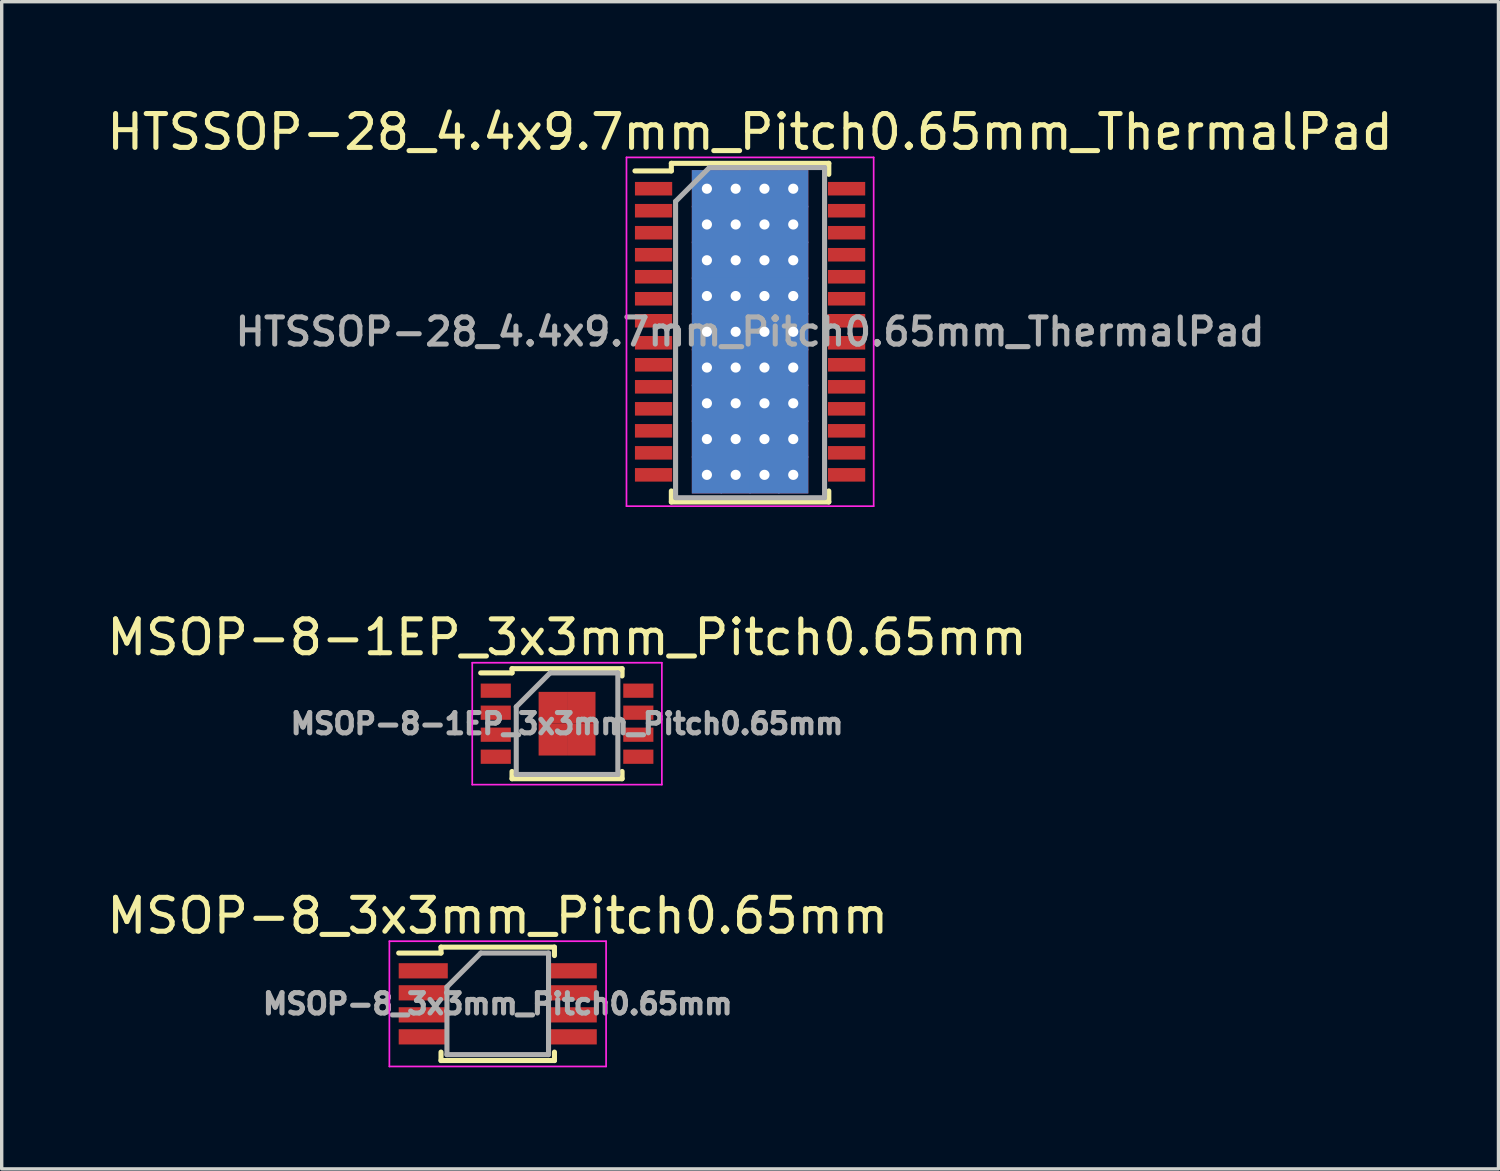
<source format=kicad_pcb>
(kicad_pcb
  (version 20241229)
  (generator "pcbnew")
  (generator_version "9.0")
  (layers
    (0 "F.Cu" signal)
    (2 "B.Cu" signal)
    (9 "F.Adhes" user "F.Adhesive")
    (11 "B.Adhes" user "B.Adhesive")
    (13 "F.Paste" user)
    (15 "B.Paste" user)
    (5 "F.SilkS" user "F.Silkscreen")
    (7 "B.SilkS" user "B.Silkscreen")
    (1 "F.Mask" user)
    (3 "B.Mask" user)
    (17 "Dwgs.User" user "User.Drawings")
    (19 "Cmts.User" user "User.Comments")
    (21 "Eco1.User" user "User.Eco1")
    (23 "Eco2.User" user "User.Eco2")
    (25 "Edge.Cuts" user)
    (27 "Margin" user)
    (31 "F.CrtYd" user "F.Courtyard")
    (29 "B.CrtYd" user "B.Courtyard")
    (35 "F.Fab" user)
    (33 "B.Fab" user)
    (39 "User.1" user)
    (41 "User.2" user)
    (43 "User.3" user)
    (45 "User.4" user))
  (footprint "MSOP-8-1EP_3x3mm_Pitch0.65mm"
    (layer "F.Cu")
    (at 13.696 18.322)
    (property "Reference" "MSOP-8-1EP_3x3mm_Pitch0.65mm" (at 0 -2.55 0) (layer "F.SilkS") (effects (font (size 1 1) (thickness 0.15))))
    (attr smd)
    (fp_line (start -1.625 -1.625) (end -1.625 -1.5) (stroke (width 0.15) (type solid)) (layer "F.SilkS"))
    (fp_line (start -1.625 -1.625) (end 1.625 -1.625) (stroke (width 0.15) (type solid)) (layer "F.SilkS"))
    (fp_line (start -1.625 -1.5) (end -2.55 -1.5) (stroke (width 0.15) (type solid)) (layer "F.SilkS"))
    (fp_line (start -1.625 1.625) (end -1.625 1.41) (stroke (width 0.15) (type solid)) (layer "F.SilkS"))
    (fp_line (start -1.625 1.625) (end 1.625 1.625) (stroke (width 0.15) (type solid)) (layer "F.SilkS"))
    (fp_line (start 1.625 -1.625) (end 1.625 -1.41) (stroke (width 0.15) (type solid)) (layer "F.SilkS"))
    (fp_line (start 1.625 1.625) (end 1.625 1.41) (stroke (width 0.15) (type solid)) (layer "F.SilkS"))
    (fp_line (start -2.8 -1.8) (end -2.8 1.8) (stroke (width 0.05) (type solid)) (layer "F.CrtYd"))
    (fp_line (start -2.8 -1.8) (end 2.8 -1.8) (stroke (width 0.05) (type solid)) (layer "F.CrtYd"))
    (fp_line (start -2.8 1.8) (end 2.8 1.8) (stroke (width 0.05) (type solid)) (layer "F.CrtYd"))
    (fp_line (start 2.8 -1.8) (end 2.8 1.8) (stroke (width 0.05) (type solid)) (layer "F.CrtYd"))
    (fp_line (start -1.5 -0.5) (end -0.5 -1.5) (stroke (width 0.15) (type solid)) (layer "F.Fab"))
    (fp_line (start -1.5 1.5) (end -1.5 -0.5) (stroke (width 0.15) (type solid)) (layer "F.Fab"))
    (fp_line (start -0.5 -1.5) (end 1.5 -1.5) (stroke (width 0.15) (type solid)) (layer "F.Fab"))
    (fp_line (start 1.5 -1.5) (end 1.5 1.5) (stroke (width 0.15) (type solid)) (layer "F.Fab"))
    (fp_line (start 1.5 1.5) (end -1.5 1.5) (stroke (width 0.15) (type solid)) (layer "F.Fab"))
    (fp_text user "${REFERENCE}" (at 0 0 0) (layer "F.Fab") (effects (font (size 0.6 0.6) (thickness 0.15))))
    (pad "1" smd rect (at -2.105 -0.975) (size 0.89 0.42) (layers "F.Cu" "F.Mask" "F.Paste"))
    (pad "2" smd rect (at -2.105 -0.325) (size 0.89 0.42) (layers "F.Cu" "F.Mask" "F.Paste"))
    (pad "3" smd rect (at -2.105 0.325) (size 0.89 0.42) (layers "F.Cu" "F.Mask" "F.Paste"))
    (pad "4" smd rect (at -2.105 0.975) (size 0.89 0.42) (layers "F.Cu" "F.Mask" "F.Paste"))
    (pad "5" smd rect (at 2.105 0.975) (size 0.89 0.42) (layers "F.Cu" "F.Mask" "F.Paste"))
    (pad "6" smd rect (at 2.105 0.325) (size 0.89 0.42) (layers "F.Cu" "F.Mask" "F.Paste"))
    (pad "7" smd rect (at 2.105 -0.325) (size 0.89 0.42) (layers "F.Cu" "F.Mask" "F.Paste"))
    (pad "8" smd rect (at 2.105 -0.975) (size 0.89 0.42) (layers "F.Cu" "F.Mask" "F.Paste"))
    (pad "9" smd rect (at -0.42 -0.47) (size 0.84 0.94) (layers "F.Cu" "F.Mask" "F.Paste"))
    (pad "9" smd rect (at -0.42 0.47) (size 0.84 0.94) (layers "F.Cu" "F.Mask" "F.Paste"))
    (pad "9" smd rect (at 0.42 -0.47) (size 0.84 0.94) (layers "F.Cu" "F.Mask" "F.Paste"))
    (pad "9" smd rect (at 0.42 0.47) (size 0.84 0.94) (layers "F.Cu" "F.Mask" "F.Paste")))
  (footprint "MSOP-8_3x3mm_Pitch0.65mm"
    (layer "F.Cu")
    (at 11.649 26.595)
    (property "Reference" "MSOP-8_3x3mm_Pitch0.65mm" (at 0 -2.6 0) (layer "F.SilkS") (effects (font (size 1 1) (thickness 0.15))))
    (attr smd)
    (fp_line (start -1.675 -1.675) (end -1.675 -1.5) (stroke (width 0.15) (type solid)) (layer "F.SilkS"))
    (fp_line (start -1.675 -1.675) (end 1.675 -1.675) (stroke (width 0.15) (type solid)) (layer "F.SilkS"))
    (fp_line (start -1.675 -1.5) (end -2.925 -1.5) (stroke (width 0.15) (type solid)) (layer "F.SilkS"))
    (fp_line (start -1.675 1.675) (end -1.675 1.425) (stroke (width 0.15) (type solid)) (layer "F.SilkS"))
    (fp_line (start -1.675 1.675) (end 1.675 1.675) (stroke (width 0.15) (type solid)) (layer "F.SilkS"))
    (fp_line (start 1.675 -1.675) (end 1.675 -1.425) (stroke (width 0.15) (type solid)) (layer "F.SilkS"))
    (fp_line (start 1.675 1.675) (end 1.675 1.425) (stroke (width 0.15) (type solid)) (layer "F.SilkS"))
    (fp_line (start -3.2 -1.85) (end -3.2 1.85) (stroke (width 0.05) (type solid)) (layer "F.CrtYd"))
    (fp_line (start -3.2 -1.85) (end 3.2 -1.85) (stroke (width 0.05) (type solid)) (layer "F.CrtYd"))
    (fp_line (start -3.2 1.85) (end 3.2 1.85) (stroke (width 0.05) (type solid)) (layer "F.CrtYd"))
    (fp_line (start 3.2 -1.85) (end 3.2 1.85) (stroke (width 0.05) (type solid)) (layer "F.CrtYd"))
    (fp_line (start -1.5 -0.5) (end -0.5 -1.5) (stroke (width 0.15) (type solid)) (layer "F.Fab"))
    (fp_line (start -1.5 1.5) (end -1.5 -0.5) (stroke (width 0.15) (type solid)) (layer "F.Fab"))
    (fp_line (start -0.5 -1.5) (end 1.5 -1.5) (stroke (width 0.15) (type solid)) (layer "F.Fab"))
    (fp_line (start 1.5 -1.5) (end 1.5 1.5) (stroke (width 0.15) (type solid)) (layer "F.Fab"))
    (fp_line (start 1.5 1.5) (end -1.5 1.5) (stroke (width 0.15) (type solid)) (layer "F.Fab"))
    (fp_text user "${REFERENCE}" (at 0 0 0) (layer "F.Fab") (effects (font (size 0.6 0.6) (thickness 0.15))))
    (pad "1" smd rect (at -2.2 -0.975) (size 1.45 0.45) (layers "F.Cu" "F.Mask" "F.Paste"))
    (pad "2" smd rect (at -2.2 -0.325) (size 1.45 0.45) (layers "F.Cu" "F.Mask" "F.Paste"))
    (pad "3" smd rect (at -2.2 0.325) (size 1.45 0.45) (layers "F.Cu" "F.Mask" "F.Paste"))
    (pad "4" smd rect (at -2.2 0.975) (size 1.45 0.45) (layers "F.Cu" "F.Mask" "F.Paste"))
    (pad "5" smd rect (at 2.2 0.975) (size 1.45 0.45) (layers "F.Cu" "F.Mask" "F.Paste"))
    (pad "6" smd rect (at 2.2 0.325) (size 1.45 0.45) (layers "F.Cu" "F.Mask" "F.Paste"))
    (pad "7" smd rect (at 2.2 -0.325) (size 1.45 0.45) (layers "F.Cu" "F.Mask" "F.Paste"))
    (pad "8" smd rect (at 2.2 -0.975) (size 1.45 0.45) (layers "F.Cu" "F.Mask" "F.Paste")))
  (footprint "HTSSOP-28_4.4x9.7mm_Pitch0.65mm_ThermalPad"
    (layer "F.Cu")
    (at 19.101 6.748)
    (property "Reference" "HTSSOP-28_4.4x9.7mm_Pitch0.65mm_ThermalPad" (at 0 -5.9 0) (layer "F.SilkS") (effects (font (size 1 1) (thickness 0.15))))
    (attr smd)
    (fp_line (start -2.325 -4.975) (end -2.325 -4.75) (stroke (width 0.15) (type solid)) (layer "F.SilkS"))
    (fp_line (start -2.325 -4.975) (end 2.325 -4.975) (stroke (width 0.15) (type solid)) (layer "F.SilkS"))
    (fp_line (start -2.325 -4.75) (end -3.4 -4.75) (stroke (width 0.15) (type solid)) (layer "F.SilkS"))
    (fp_line (start -2.325 5.026) (end -2.325 4.701) (stroke (width 0.15) (type solid)) (layer "F.SilkS"))
    (fp_line (start -2.325 5.026) (end 2.325 5.026) (stroke (width 0.15) (type solid)) (layer "F.SilkS"))
    (fp_line (start 2.325 -4.975) (end 2.325 -4.65) (stroke (width 0.15) (type solid)) (layer "F.SilkS"))
    (fp_line (start 2.325 5.026) (end 2.325 4.701) (stroke (width 0.15) (type solid)) (layer "F.SilkS"))
    (fp_line (start -3.65 -5.15) (end -3.65 5.15) (stroke (width 0.05) (type solid)) (layer "F.CrtYd"))
    (fp_line (start -3.65 -5.15) (end 3.65 -5.15) (stroke (width 0.05) (type solid)) (layer "F.CrtYd"))
    (fp_line (start -3.65 5.15) (end 3.65 5.15) (stroke (width 0.05) (type solid)) (layer "F.CrtYd"))
    (fp_line (start 3.65 -5.15) (end 3.65 5.15) (stroke (width 0.05) (type solid)) (layer "F.CrtYd"))
    (fp_line (start -2.2 -3.85) (end -1.2 -4.85) (stroke (width 0.15) (type solid)) (layer "F.Fab"))
    (fp_line (start -2.2 4.85) (end -2.2 -3.85) (stroke (width 0.15) (type solid)) (layer "F.Fab"))
    (fp_line (start -1.2 -4.85) (end 2.2 -4.85) (stroke (width 0.15) (type solid)) (layer "F.Fab"))
    (fp_line (start 2.2 -4.85) (end 2.2 4.85) (stroke (width 0.15) (type solid)) (layer "F.Fab"))
    (fp_line (start 2.2 4.901) (end -2.2 4.901) (stroke (width 0.15) (type solid)) (layer "F.Fab"))
    (fp_text user "${REFERENCE}" (at 0 0 0) (layer "F.Fab") (effects (font (size 0.8 0.8) (thickness 0.15))))
    (pad "1" smd rect (at -2.85 -4.225) (size 1.1 0.4) (layers "F.Cu" "F.Mask" "F.Paste"))
    (pad "2" smd rect (at -2.85 -3.575) (size 1.1 0.4) (layers "F.Cu" "F.Mask" "F.Paste"))
    (pad "3" smd rect (at -2.85 -2.925) (size 1.1 0.4) (layers "F.Cu" "F.Mask" "F.Paste"))
    (pad "4" smd rect (at -2.85 -2.275) (size 1.1 0.4) (layers "F.Cu" "F.Mask" "F.Paste"))
    (pad "5" smd rect (at -2.85 -1.625) (size 1.1 0.4) (layers "F.Cu" "F.Mask" "F.Paste"))
    (pad "6" smd rect (at -2.85 -0.975) (size 1.1 0.4) (layers "F.Cu" "F.Mask" "F.Paste"))
    (pad "7" smd rect (at -2.85 -0.325) (size 1.1 0.4) (layers "F.Cu" "F.Mask" "F.Paste"))
    (pad "8" smd rect (at -2.85 0.325) (size 1.1 0.4) (layers "F.Cu" "F.Mask" "F.Paste"))
    (pad "9" smd rect (at -2.85 0.975) (size 1.1 0.4) (layers "F.Cu" "F.Mask" "F.Paste"))
    (pad "10" smd rect (at -2.85 1.625) (size 1.1 0.4) (layers "F.Cu" "F.Mask" "F.Paste"))
    (pad "11" smd rect (at -2.85 2.275) (size 1.1 0.4) (layers "F.Cu" "F.Mask" "F.Paste"))
    (pad "12" smd rect (at -2.85 2.925) (size 1.1 0.4) (layers "F.Cu" "F.Mask" "F.Paste"))
    (pad "13" smd rect (at -2.85 3.575) (size 1.1 0.4) (layers "F.Cu" "F.Mask" "F.Paste"))
    (pad "14" smd rect (at -2.85 4.225) (size 1.1 0.4) (layers "F.Cu" "F.Mask" "F.Paste"))
    (pad "15" smd rect (at 2.85 4.225) (size 1.1 0.4) (layers "F.Cu" "F.Mask" "F.Paste"))
    (pad "16" smd rect (at 2.85 3.575) (size 1.1 0.4) (layers "F.Cu" "F.Mask" "F.Paste"))
    (pad "17" smd rect (at 2.85 2.925) (size 1.1 0.4) (layers "F.Cu" "F.Mask" "F.Paste"))
    (pad "18" smd rect (at 2.85 2.275) (size 1.1 0.4) (layers "F.Cu" "F.Mask" "F.Paste"))
    (pad "19" smd rect (at 2.85 1.625) (size 1.1 0.4) (layers "F.Cu" "F.Mask" "F.Paste"))
    (pad "20" smd rect (at 2.85 0.975) (size 1.1 0.4) (layers "F.Cu" "F.Mask" "F.Paste"))
    (pad "21" smd rect (at 2.85 0.325) (size 1.1 0.4) (layers "F.Cu" "F.Mask" "F.Paste"))
    (pad "22" smd rect (at 2.85 -0.325) (size 1.1 0.4) (layers "F.Cu" "F.Mask" "F.Paste"))
    (pad "23" smd rect (at 2.85 -0.975) (size 1.1 0.4) (layers "F.Cu" "F.Mask" "F.Paste"))
    (pad "24" smd rect (at 2.85 -1.625) (size 1.1 0.4) (layers "F.Cu" "F.Mask" "F.Paste"))
    (pad "25" smd rect (at 2.85 -2.275) (size 1.1 0.4) (layers "F.Cu" "F.Mask" "F.Paste"))
    (pad "26" smd rect (at 2.85 -2.925) (size 1.1 0.4) (layers "F.Cu" "F.Mask" "F.Paste"))
    (pad "27" smd rect (at 2.85 -3.575) (size 1.1 0.4) (layers "F.Cu" "F.Mask" "F.Paste"))
    (pad "28" smd rect (at 2.85 -4.225) (size 1.1 0.4) (layers "F.Cu" "F.Mask" "F.Paste"))
    (pad "29" thru_hole rect (at -1.275 -4.225) (size 0.89 1.1) (drill 0.3) (layers "*.Cu" "*.Mask"))
    (pad "29" thru_hole rect (at -1.275 -3.169) (size 0.89 1.1) (drill 0.3) (layers "*.Cu" "*.Mask"))
    (pad "29" thru_hole rect (at -1.275 -2.112) (size 0.89 1.1) (drill 0.3) (layers "*.Cu" "*.Mask"))
    (pad "29" thru_hole rect (at -1.275 -1.056) (size 0.89 1.1) (drill 0.3) (layers "*.Cu" "*.Mask"))
    (pad "29" thru_hole rect (at -1.275 0) (size 0.89 1.1) (drill 0.3) (layers "*.Cu" "*.Mask"))
    (pad "29" thru_hole rect (at -1.275 1.056) (size 0.89 1.1) (drill 0.3) (layers "*.Cu" "*.Mask"))
    (pad "29" thru_hole rect (at -1.275 2.112) (size 0.89 1.1) (drill 0.3) (layers "*.Cu" "*.Mask"))
    (pad "29" thru_hole rect (at -1.275 3.169) (size 0.89 1.1) (drill 0.3) (layers "*.Cu" "*.Mask"))
    (pad "29" thru_hole rect (at -1.275 4.225) (size 0.89 1.1) (drill 0.3) (layers "*.Cu" "*.Mask"))
    (pad "29" thru_hole rect (at -0.425 -4.225) (size 0.89 1.1) (drill 0.3) (layers "*.Cu" "*.Mask"))
    (pad "29" thru_hole rect (at -0.425 -3.169) (size 0.89 1.1) (drill 0.3) (layers "*.Cu" "*.Mask"))
    (pad "29" thru_hole rect (at -0.425 -2.112) (size 0.89 1.1) (drill 0.3) (layers "*.Cu" "*.Mask"))
    (pad "29" thru_hole rect (at -0.425 -1.056) (size 0.89 1.1) (drill 0.3) (layers "*.Cu" "*.Mask"))
    (pad "29" thru_hole rect (at -0.425 0) (size 0.89 1.1) (drill 0.3) (layers "*.Cu" "*.Mask"))
    (pad "29" thru_hole rect (at -0.425 1.056) (size 0.89 1.1) (drill 0.3) (layers "*.Cu" "*.Mask"))
    (pad "29" thru_hole rect (at -0.425 2.112) (size 0.89 1.1) (drill 0.3) (layers "*.Cu" "*.Mask"))
    (pad "29" thru_hole rect (at -0.425 3.169) (size 0.89 1.1) (drill 0.3) (layers "*.Cu" "*.Mask"))
    (pad "29" thru_hole rect (at -0.425 4.225) (size 0.89 1.1) (drill 0.3) (layers "*.Cu" "*.Mask"))
    (pad "29" thru_hole rect (at 0.425 -4.225) (size 0.89 1.1) (drill 0.3) (layers "*.Cu" "*.Mask"))
    (pad "29" thru_hole rect (at 0.425 -3.169) (size 0.89 1.1) (drill 0.3) (layers "*.Cu" "*.Mask"))
    (pad "29" thru_hole rect (at 0.425 -2.112) (size 0.89 1.1) (drill 0.3) (layers "*.Cu" "*.Mask"))
    (pad "29" thru_hole rect (at 0.425 -1.056) (size 0.89 1.1) (drill 0.3) (layers "*.Cu" "*.Mask"))
    (pad "29" thru_hole rect (at 0.425 0) (size 0.89 1.1) (drill 0.3) (layers "*.Cu" "*.Mask"))
    (pad "29" thru_hole rect (at 0.425 1.056) (size 0.89 1.1) (drill 0.3) (layers "*.Cu" "*.Mask"))
    (pad "29" thru_hole rect (at 0.425 2.112) (size 0.89 1.1) (drill 0.3) (layers "*.Cu" "*.Mask"))
    (pad "29" thru_hole rect (at 0.425 3.169) (size 0.89 1.1) (drill 0.3) (layers "*.Cu" "*.Mask"))
    (pad "29" thru_hole rect (at 0.425 4.225) (size 0.89 1.1) (drill 0.3) (layers "*.Cu" "*.Mask"))
    (pad "29" thru_hole rect (at 1.275 -4.225) (size 0.89 1.1) (drill 0.3) (layers "*.Cu" "*.Mask"))
    (pad "29" thru_hole rect (at 1.275 -3.169) (size 0.89 1.1) (drill 0.3) (layers "*.Cu" "*.Mask"))
    (pad "29" thru_hole rect (at 1.275 -2.112) (size 0.89 1.1) (drill 0.3) (layers "*.Cu" "*.Mask"))
    (pad "29" thru_hole rect (at 1.275 -1.056) (size 0.89 1.1) (drill 0.3) (layers "*.Cu" "*.Mask"))
    (pad "29" thru_hole rect (at 1.275 0) (size 0.89 1.1) (drill 0.3) (layers "*.Cu" "*.Mask"))
    (pad "29" thru_hole rect (at 1.275 1.056) (size 0.89 1.1) (drill 0.3) (layers "*.Cu" "*.Mask"))
    (pad "29" thru_hole rect (at 1.275 2.112) (size 0.89 1.1) (drill 0.3) (layers "*.Cu" "*.Mask"))
    (pad "29" thru_hole rect (at 1.275 3.169) (size 0.89 1.1) (drill 0.3) (layers "*.Cu" "*.Mask"))
    (pad "29" thru_hole rect (at 1.275 4.225) (size 0.89 1.1) (drill 0.3) (layers "*.Cu" "*.Mask")))
  (gr_rect
    (start -3 -3)
    (end 41.202 31.47)
    (stroke (width 0.1) (type default))
    (fill no)
    (layer "Edge.Cuts")))
</source>
